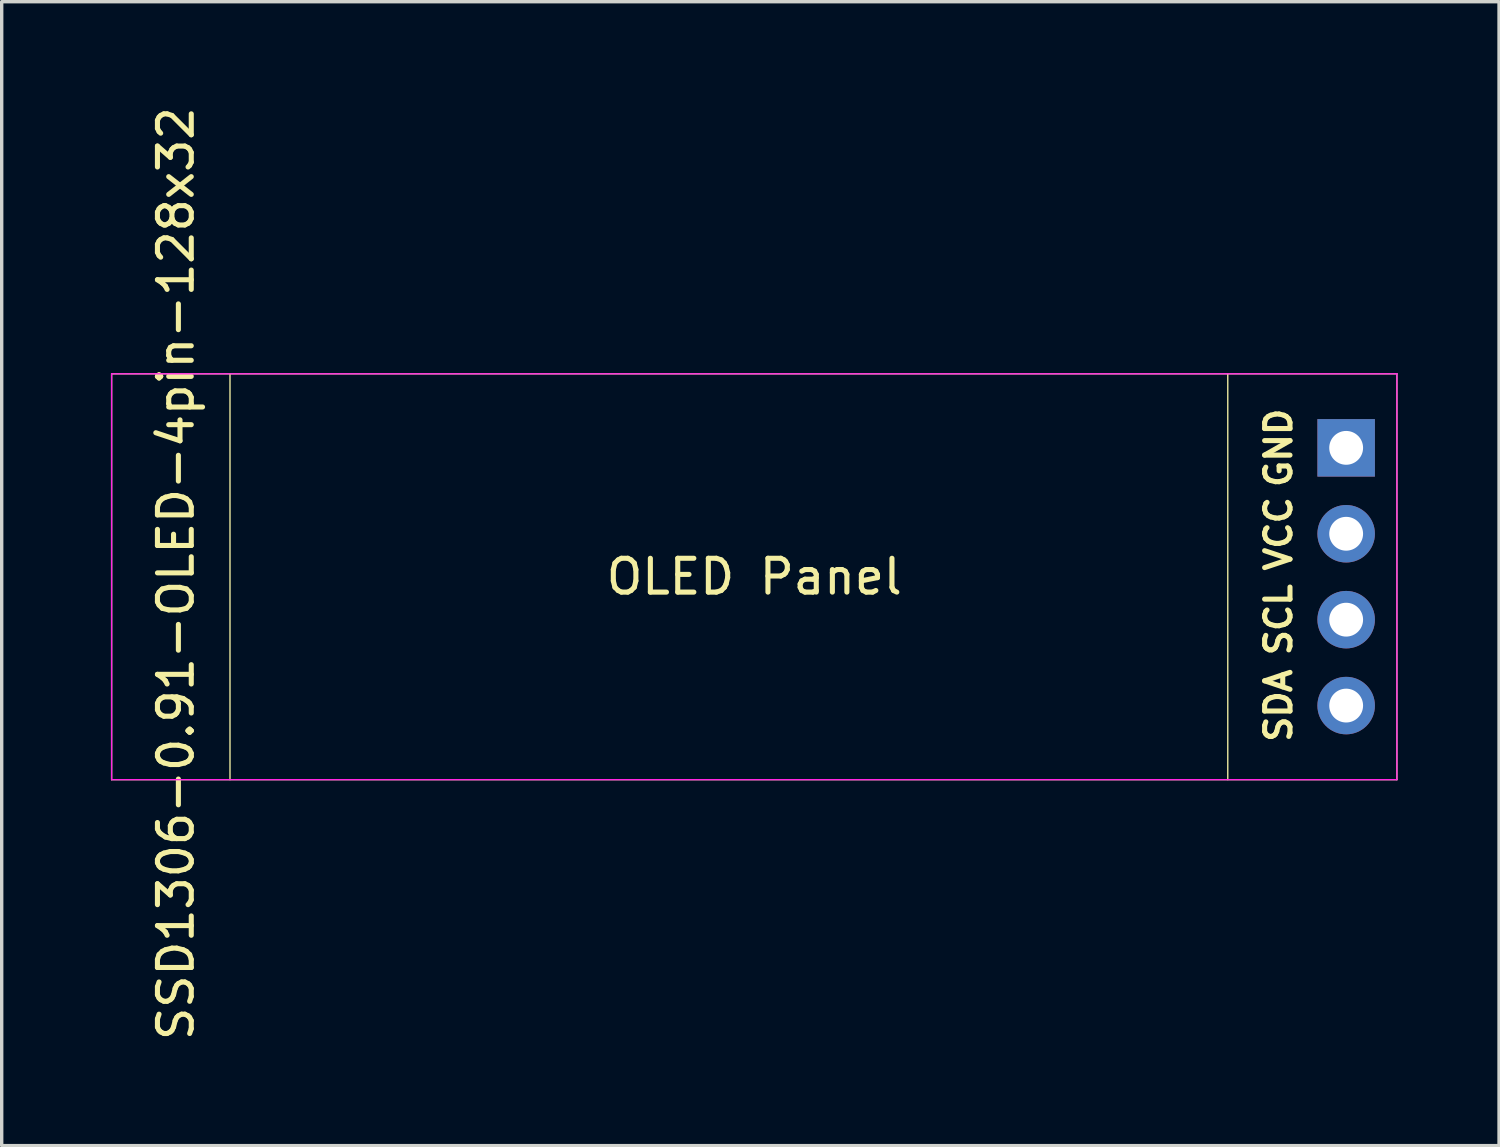
<source format=kicad_pcb>
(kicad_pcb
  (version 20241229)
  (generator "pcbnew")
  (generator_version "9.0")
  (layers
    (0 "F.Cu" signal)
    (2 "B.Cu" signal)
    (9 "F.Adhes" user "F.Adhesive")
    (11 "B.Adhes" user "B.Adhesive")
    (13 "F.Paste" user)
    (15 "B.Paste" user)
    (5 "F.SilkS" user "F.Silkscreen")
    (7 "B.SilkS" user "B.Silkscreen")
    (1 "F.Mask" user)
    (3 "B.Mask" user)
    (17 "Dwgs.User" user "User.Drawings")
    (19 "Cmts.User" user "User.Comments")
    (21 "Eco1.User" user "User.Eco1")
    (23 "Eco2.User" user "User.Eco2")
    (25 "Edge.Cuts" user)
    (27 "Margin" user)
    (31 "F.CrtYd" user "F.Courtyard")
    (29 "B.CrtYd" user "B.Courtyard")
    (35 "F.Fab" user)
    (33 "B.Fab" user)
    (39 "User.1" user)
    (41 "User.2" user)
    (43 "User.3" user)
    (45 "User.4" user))
  (footprint "SSD1306-0.91-OLED-4pin-128x32"
    (layer "F.Cu")
    (at 0.25 8.001)
    (property "Reference" "SSD1306-0.91-OLED-4pin-128x32" (at 1.9 5.91 90) (layer "F.SilkS") (effects (font (size 1 1) (thickness 0.15))))
    (attr through_hole)
    (fp_line (start 0 0) (end 0 12) (stroke (width 0.04) (type solid)) (layer "F.SilkS"))
    (fp_line (start 0 12) (end 38 12) (stroke (width 0.04) (type solid)) (layer "F.SilkS"))
    (fp_line (start 3.5 0) (end 3.5 12) (stroke (width 0.04) (type solid)) (layer "F.SilkS"))
    (fp_line (start 33 0) (end 33 12) (stroke (width 0.04) (type solid)) (layer "F.SilkS"))
    (fp_line (start 38 0) (end 0 0) (stroke (width 0.04) (type solid)) (layer "F.SilkS"))
    (fp_line (start 38 12) (end 38 0) (stroke (width 0.04) (type solid)) (layer "F.SilkS"))
    (fp_line (start 0 0) (end 0 12) (stroke (width 0.04) (type solid)) (layer "F.CrtYd"))
    (fp_line (start 0 12) (end 38 12) (stroke (width 0.04) (type solid)) (layer "F.CrtYd"))
    (fp_line (start 38 0) (end 0 0) (stroke (width 0.04) (type solid)) (layer "F.CrtYd"))
    (fp_line (start 38 12) (end 38 0) (stroke (width 0.04) (type solid)) (layer "F.CrtYd"))
    (fp_text user "OLED Panel" (at 19 6 0) (layer "F.SilkS") (effects (font (size 1 1) (thickness 0.15))))
    (fp_text user "GND" (at 34.5 2.19 270) (layer "F.SilkS") (effects (font (size 0.75 0.75) (thickness 0.15))))
    (fp_text user "SDA" (at 34.5 9.81 270) (layer "F.SilkS") (effects (font (size 0.75 0.75) (thickness 0.15))))
    (fp_text user "SCL" (at 34.5 7.27 270) (layer "F.SilkS") (effects (font (size 0.75 0.75) (thickness 0.15))))
    (fp_text user "VCC" (at 34.5 4.73 270) (layer "F.SilkS") (effects (font (size 0.75 0.75) (thickness 0.15))))
    (pad "1" thru_hole rect (at 36.5 2.19) (size 1.7 1.7) (drill 1) (layers "*.Cu" "*.Mask"))
    (pad "2" thru_hole oval (at 36.5 4.73) (size 1.7 1.7) (drill 1) (layers "*.Cu" "*.Mask"))
    (pad "3" thru_hole oval (at 36.5 7.27) (size 1.7 1.7) (drill 1) (layers "*.Cu" "*.Mask"))
    (pad "4" thru_hole oval (at 36.5 9.81) (size 1.7 1.7) (drill 1) (layers "*.Cu" "*.Mask")))
  (gr_rect
    (start -3 -3)
    (end 41.27 30.821)
    (stroke (width 0.1) (type default))
    (fill no)
    (layer "Edge.Cuts")))
</source>
